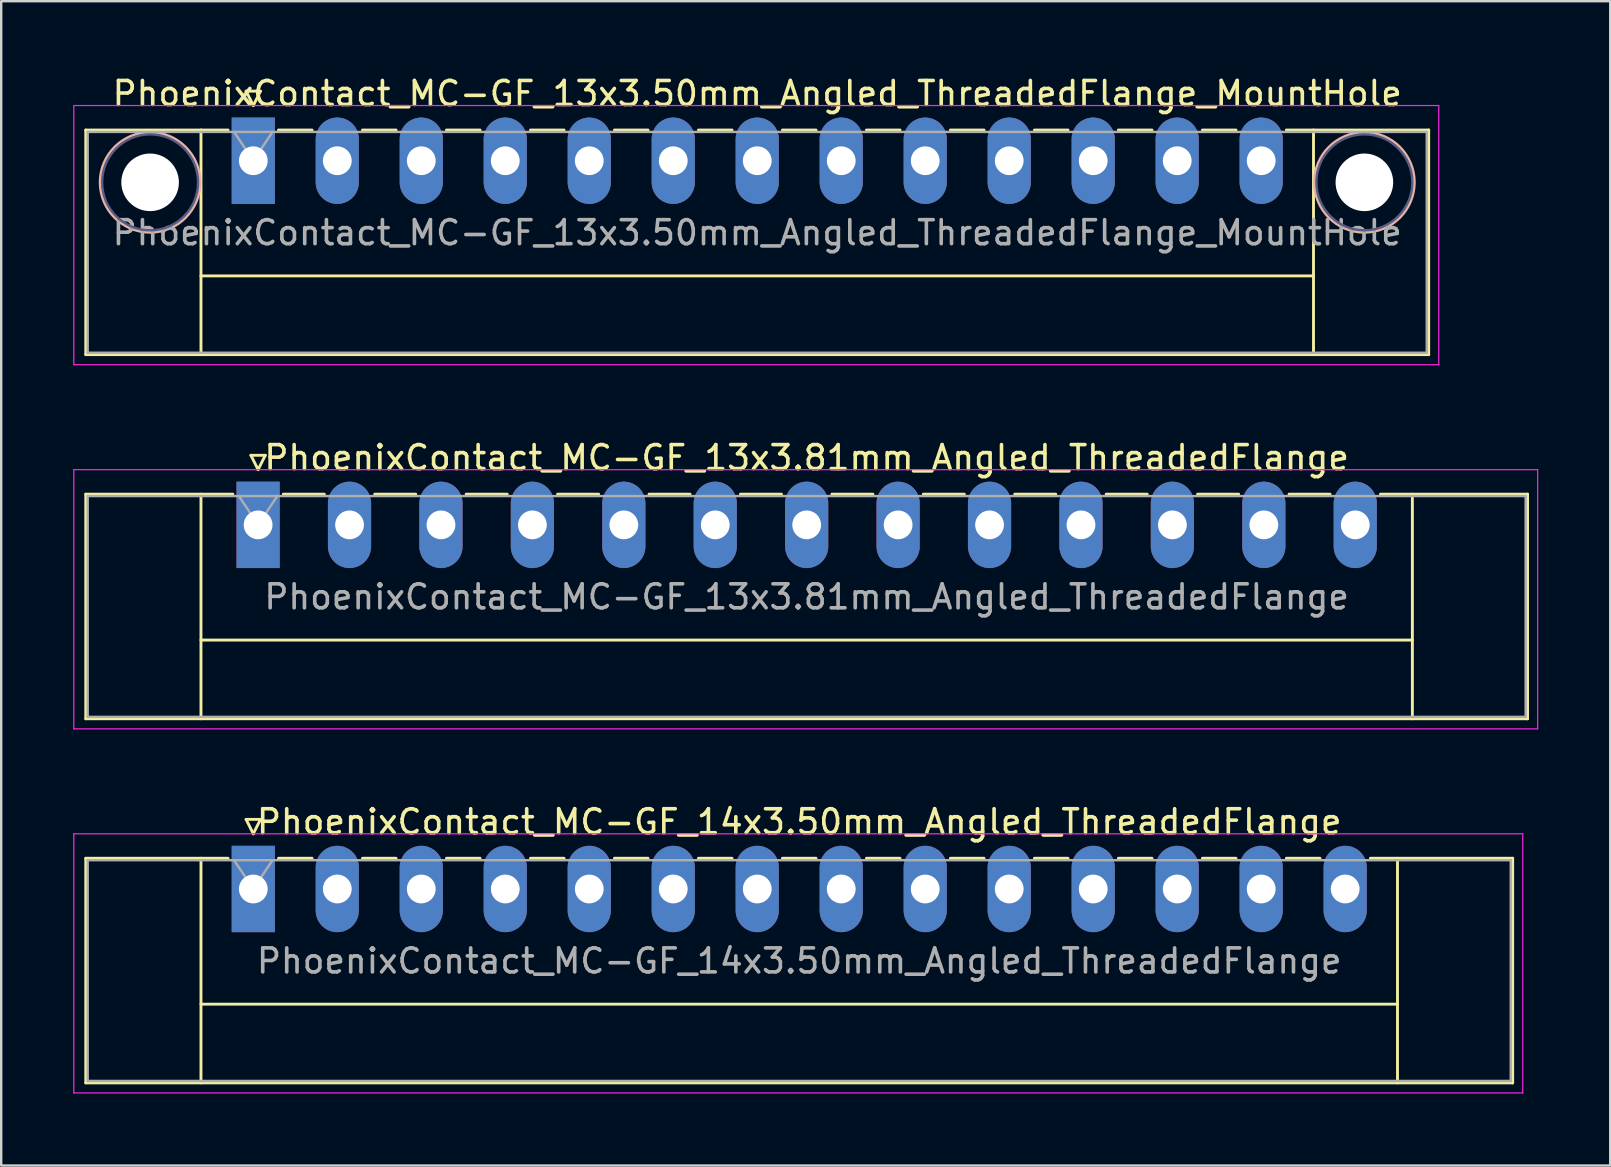
<source format=kicad_pcb>
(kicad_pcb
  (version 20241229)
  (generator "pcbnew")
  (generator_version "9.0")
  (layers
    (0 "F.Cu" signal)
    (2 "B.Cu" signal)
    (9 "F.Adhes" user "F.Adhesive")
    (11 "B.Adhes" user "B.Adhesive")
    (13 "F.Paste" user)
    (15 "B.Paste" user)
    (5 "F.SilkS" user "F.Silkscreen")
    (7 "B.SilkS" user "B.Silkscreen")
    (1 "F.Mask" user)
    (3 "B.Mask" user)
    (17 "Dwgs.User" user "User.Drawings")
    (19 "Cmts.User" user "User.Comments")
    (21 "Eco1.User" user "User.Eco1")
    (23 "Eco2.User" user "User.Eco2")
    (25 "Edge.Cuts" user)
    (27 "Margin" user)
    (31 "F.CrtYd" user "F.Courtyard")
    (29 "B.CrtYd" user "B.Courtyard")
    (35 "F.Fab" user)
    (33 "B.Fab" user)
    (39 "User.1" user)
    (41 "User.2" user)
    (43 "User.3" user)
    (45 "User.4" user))
  (footprint "PhoenixContact_MC-GF_13x3.81mm_Angled_ThreadedFlange"
    (layer "F.Cu")
    (at 7.705 18.822)
    (property "Reference" "PhoenixContact_MC-GF_13x3.81mm_Angled_ThreadedFlange" (at 22.86 -2.8 0) (layer "F.SilkS") (effects (font (size 1 1) (thickness 0.15))))
    (attr through_hole)
    (fp_line (start -7.18 -1.28) (end -7.18 8.08) (stroke (width 0.12) (type solid)) (layer "F.SilkS"))
    (fp_line (start -7.18 -1.28) (end -1.05 -1.28) (stroke (width 0.12) (type solid)) (layer "F.SilkS"))
    (fp_line (start -7.18 8.08) (end 52.9 8.08) (stroke (width 0.12) (type solid)) (layer "F.SilkS"))
    (fp_line (start -2.38 -1.28) (end -2.38 8.08) (stroke (width 0.12) (type solid)) (layer "F.SilkS"))
    (fp_line (start -2.38 4.8) (end 48.1 4.8) (stroke (width 0.12) (type solid)) (layer "F.SilkS"))
    (fp_line (start -0.3 -2.9) (end 0.3 -2.9) (stroke (width 0.12) (type solid)) (layer "F.SilkS"))
    (fp_line (start 0 -2.3) (end -0.3 -2.9) (stroke (width 0.12) (type solid)) (layer "F.SilkS"))
    (fp_line (start 0.3 -2.9) (end 0 -2.3) (stroke (width 0.12) (type solid)) (layer "F.SilkS"))
    (fp_line (start 1.05 -1.28) (end 2.76 -1.28) (stroke (width 0.12) (type solid)) (layer "F.SilkS"))
    (fp_line (start 4.86 -1.28) (end 6.57 -1.28) (stroke (width 0.12) (type solid)) (layer "F.SilkS"))
    (fp_line (start 8.67 -1.28) (end 10.38 -1.28) (stroke (width 0.12) (type solid)) (layer "F.SilkS"))
    (fp_line (start 12.48 -1.28) (end 14.19 -1.28) (stroke (width 0.12) (type solid)) (layer "F.SilkS"))
    (fp_line (start 16.29 -1.28) (end 18 -1.28) (stroke (width 0.12) (type solid)) (layer "F.SilkS"))
    (fp_line (start 20.1 -1.28) (end 21.81 -1.28) (stroke (width 0.12) (type solid)) (layer "F.SilkS"))
    (fp_line (start 23.91 -1.28) (end 25.62 -1.28) (stroke (width 0.12) (type solid)) (layer "F.SilkS"))
    (fp_line (start 27.72 -1.28) (end 29.43 -1.28) (stroke (width 0.12) (type solid)) (layer "F.SilkS"))
    (fp_line (start 31.53 -1.28) (end 33.24 -1.28) (stroke (width 0.12) (type solid)) (layer "F.SilkS"))
    (fp_line (start 35.34 -1.28) (end 37.05 -1.28) (stroke (width 0.12) (type solid)) (layer "F.SilkS"))
    (fp_line (start 39.15 -1.28) (end 40.86 -1.28) (stroke (width 0.12) (type solid)) (layer "F.SilkS"))
    (fp_line (start 42.96 -1.28) (end 44.67 -1.28) (stroke (width 0.12) (type solid)) (layer "F.SilkS"))
    (fp_line (start 48.1 -1.28) (end 48.1 8.08) (stroke (width 0.12) (type solid)) (layer "F.SilkS"))
    (fp_line (start 52.9 -1.28) (end 46.77 -1.28) (stroke (width 0.12) (type solid)) (layer "F.SilkS"))
    (fp_line (start 52.9 8.08) (end 52.9 -1.28) (stroke (width 0.12) (type solid)) (layer "F.SilkS"))
    (fp_line (start -7.68 -2.3) (end -7.68 8.5) (stroke (width 0.05) (type solid)) (layer "F.CrtYd"))
    (fp_line (start -7.68 8.5) (end 53.32 8.5) (stroke (width 0.05) (type solid)) (layer "F.CrtYd"))
    (fp_line (start 53.32 -2.3) (end -7.68 -2.3) (stroke (width 0.05) (type solid)) (layer "F.CrtYd"))
    (fp_line (start 53.32 8.5) (end 53.32 -2.3) (stroke (width 0.05) (type solid)) (layer "F.CrtYd"))
    (fp_line (start -7.1 -1.2) (end -7.1 8) (stroke (width 0.1) (type solid)) (layer "F.Fab"))
    (fp_line (start -7.1 8) (end 52.82 8) (stroke (width 0.1) (type solid)) (layer "F.Fab"))
    (fp_line (start 0 0) (end -0.8 -1.2) (stroke (width 0.1) (type solid)) (layer "F.Fab"))
    (fp_line (start 0.8 -1.2) (end 0 0) (stroke (width 0.1) (type solid)) (layer "F.Fab"))
    (fp_line (start 52.82 -1.2) (end -7.1 -1.2) (stroke (width 0.1) (type solid)) (layer "F.Fab"))
    (fp_line (start 52.82 8) (end 52.82 -1.2) (stroke (width 0.1) (type solid)) (layer "F.Fab"))
    (fp_text user "${REFERENCE}" (at 22.86 3 0) (layer "F.Fab") (effects (font (size 1 1) (thickness 0.15))))
    (pad "1" thru_hole rect (at 0 0) (size 1.8 3.6) (drill 1.2) (layers "*.Cu" "*.Mask"))
    (pad "2" thru_hole oval (at 3.81 0) (size 1.8 3.6) (drill 1.2) (layers "*.Cu" "*.Mask"))
    (pad "3" thru_hole oval (at 7.62 0) (size 1.8 3.6) (drill 1.2) (layers "*.Cu" "*.Mask"))
    (pad "4" thru_hole oval (at 11.43 0) (size 1.8 3.6) (drill 1.2) (layers "*.Cu" "*.Mask"))
    (pad "5" thru_hole oval (at 15.24 0) (size 1.8 3.6) (drill 1.2) (layers "*.Cu" "*.Mask"))
    (pad "6" thru_hole oval (at 19.05 0) (size 1.8 3.6) (drill 1.2) (layers "*.Cu" "*.Mask"))
    (pad "7" thru_hole oval (at 22.86 0) (size 1.8 3.6) (drill 1.2) (layers "*.Cu" "*.Mask"))
    (pad "8" thru_hole oval (at 26.67 0) (size 1.8 3.6) (drill 1.2) (layers "*.Cu" "*.Mask"))
    (pad "9" thru_hole oval (at 30.48 0) (size 1.8 3.6) (drill 1.2) (layers "*.Cu" "*.Mask"))
    (pad "10" thru_hole oval (at 34.29 0) (size 1.8 3.6) (drill 1.2) (layers "*.Cu" "*.Mask"))
    (pad "11" thru_hole oval (at 38.1 0) (size 1.8 3.6) (drill 1.2) (layers "*.Cu" "*.Mask"))
    (pad "12" thru_hole oval (at 41.91 0) (size 1.8 3.6) (drill 1.2) (layers "*.Cu" "*.Mask"))
    (pad "13" thru_hole oval (at 45.72 0) (size 1.8 3.6) (drill 1.2) (layers "*.Cu" "*.Mask")))
  (footprint "PhoenixContact_MC-GF_14x3.50mm_Angled_ThreadedFlange"
    (layer "F.Cu")
    (at 7.505 33.995)
    (property "Reference" "PhoenixContact_MC-GF_14x3.50mm_Angled_ThreadedFlange" (at 22.75 -2.8 0) (layer "F.SilkS") (effects (font (size 1 1) (thickness 0.15))))
    (attr through_hole)
    (fp_line (start -6.98 -1.28) (end -6.98 8.08) (stroke (width 0.12) (type solid)) (layer "F.SilkS"))
    (fp_line (start -6.98 -1.28) (end -1.05 -1.28) (stroke (width 0.12) (type solid)) (layer "F.SilkS"))
    (fp_line (start -6.98 8.08) (end 52.48 8.08) (stroke (width 0.12) (type solid)) (layer "F.SilkS"))
    (fp_line (start -2.18 -1.28) (end -2.18 8.08) (stroke (width 0.12) (type solid)) (layer "F.SilkS"))
    (fp_line (start -2.18 4.8) (end 47.68 4.8) (stroke (width 0.12) (type solid)) (layer "F.SilkS"))
    (fp_line (start -0.3 -2.9) (end 0.3 -2.9) (stroke (width 0.12) (type solid)) (layer "F.SilkS"))
    (fp_line (start 0 -2.3) (end -0.3 -2.9) (stroke (width 0.12) (type solid)) (layer "F.SilkS"))
    (fp_line (start 0.3 -2.9) (end 0 -2.3) (stroke (width 0.12) (type solid)) (layer "F.SilkS"))
    (fp_line (start 1.05 -1.28) (end 2.45 -1.28) (stroke (width 0.12) (type solid)) (layer "F.SilkS"))
    (fp_line (start 4.55 -1.28) (end 5.95 -1.28) (stroke (width 0.12) (type solid)) (layer "F.SilkS"))
    (fp_line (start 8.05 -1.28) (end 9.45 -1.28) (stroke (width 0.12) (type solid)) (layer "F.SilkS"))
    (fp_line (start 11.55 -1.28) (end 12.95 -1.28) (stroke (width 0.12) (type solid)) (layer "F.SilkS"))
    (fp_line (start 15.05 -1.28) (end 16.45 -1.28) (stroke (width 0.12) (type solid)) (layer "F.SilkS"))
    (fp_line (start 18.55 -1.28) (end 19.95 -1.28) (stroke (width 0.12) (type solid)) (layer "F.SilkS"))
    (fp_line (start 22.05 -1.28) (end 23.45 -1.28) (stroke (width 0.12) (type solid)) (layer "F.SilkS"))
    (fp_line (start 25.55 -1.28) (end 26.95 -1.28) (stroke (width 0.12) (type solid)) (layer "F.SilkS"))
    (fp_line (start 29.05 -1.28) (end 30.45 -1.28) (stroke (width 0.12) (type solid)) (layer "F.SilkS"))
    (fp_line (start 32.55 -1.28) (end 33.95 -1.28) (stroke (width 0.12) (type solid)) (layer "F.SilkS"))
    (fp_line (start 36.05 -1.28) (end 37.45 -1.28) (stroke (width 0.12) (type solid)) (layer "F.SilkS"))
    (fp_line (start 39.55 -1.28) (end 40.95 -1.28) (stroke (width 0.12) (type solid)) (layer "F.SilkS"))
    (fp_line (start 43.05 -1.28) (end 44.45 -1.28) (stroke (width 0.12) (type solid)) (layer "F.SilkS"))
    (fp_line (start 47.68 -1.28) (end 47.68 8.08) (stroke (width 0.12) (type solid)) (layer "F.SilkS"))
    (fp_line (start 52.48 -1.28) (end 46.55 -1.28) (stroke (width 0.12) (type solid)) (layer "F.SilkS"))
    (fp_line (start 52.48 8.08) (end 52.48 -1.28) (stroke (width 0.12) (type solid)) (layer "F.SilkS"))
    (fp_line (start -7.48 -2.3) (end -7.48 8.5) (stroke (width 0.05) (type solid)) (layer "F.CrtYd"))
    (fp_line (start -7.48 8.5) (end 52.9 8.5) (stroke (width 0.05) (type solid)) (layer "F.CrtYd"))
    (fp_line (start 52.9 -2.3) (end -7.48 -2.3) (stroke (width 0.05) (type solid)) (layer "F.CrtYd"))
    (fp_line (start 52.9 8.5) (end 52.9 -2.3) (stroke (width 0.05) (type solid)) (layer "F.CrtYd"))
    (fp_line (start -6.9 -1.2) (end -6.9 8) (stroke (width 0.1) (type solid)) (layer "F.Fab"))
    (fp_line (start -6.9 8) (end 52.4 8) (stroke (width 0.1) (type solid)) (layer "F.Fab"))
    (fp_line (start 0 0) (end -0.8 -1.2) (stroke (width 0.1) (type solid)) (layer "F.Fab"))
    (fp_line (start 0.8 -1.2) (end 0 0) (stroke (width 0.1) (type solid)) (layer "F.Fab"))
    (fp_line (start 52.4 -1.2) (end -6.9 -1.2) (stroke (width 0.1) (type solid)) (layer "F.Fab"))
    (fp_line (start 52.4 8) (end 52.4 -1.2) (stroke (width 0.1) (type solid)) (layer "F.Fab"))
    (fp_text user "${REFERENCE}" (at 22.75 3 0) (layer "F.Fab") (effects (font (size 1 1) (thickness 0.15))))
    (pad "1" thru_hole rect (at 0 0) (size 1.8 3.6) (drill 1.2) (layers "*.Cu" "*.Mask"))
    (pad "2" thru_hole oval (at 3.5 0) (size 1.8 3.6) (drill 1.2) (layers "*.Cu" "*.Mask"))
    (pad "3" thru_hole oval (at 7 0) (size 1.8 3.6) (drill 1.2) (layers "*.Cu" "*.Mask"))
    (pad "4" thru_hole oval (at 10.5 0) (size 1.8 3.6) (drill 1.2) (layers "*.Cu" "*.Mask"))
    (pad "5" thru_hole oval (at 14 0) (size 1.8 3.6) (drill 1.2) (layers "*.Cu" "*.Mask"))
    (pad "6" thru_hole oval (at 17.5 0) (size 1.8 3.6) (drill 1.2) (layers "*.Cu" "*.Mask"))
    (pad "7" thru_hole oval (at 21 0) (size 1.8 3.6) (drill 1.2) (layers "*.Cu" "*.Mask"))
    (pad "8" thru_hole oval (at 24.5 0) (size 1.8 3.6) (drill 1.2) (layers "*.Cu" "*.Mask"))
    (pad "9" thru_hole oval (at 28 0) (size 1.8 3.6) (drill 1.2) (layers "*.Cu" "*.Mask"))
    (pad "10" thru_hole oval (at 31.5 0) (size 1.8 3.6) (drill 1.2) (layers "*.Cu" "*.Mask"))
    (pad "11" thru_hole oval (at 35 0) (size 1.8 3.6) (drill 1.2) (layers "*.Cu" "*.Mask"))
    (pad "12" thru_hole oval (at 38.5 0) (size 1.8 3.6) (drill 1.2) (layers "*.Cu" "*.Mask"))
    (pad "13" thru_hole oval (at 42 0) (size 1.8 3.6) (drill 1.2) (layers "*.Cu" "*.Mask"))
    (pad "14" thru_hole oval (at 45.5 0) (size 1.8 3.6) (drill 1.2) (layers "*.Cu" "*.Mask")))
  (footprint "PhoenixContact_MC-GF_13x3.50mm_Angled_ThreadedFlange_MountHole"
    (layer "F.Cu")
    (at 7.505 3.648)
    (property "Reference" "PhoenixContact_MC-GF_13x3.50mm_Angled_ThreadedFlange_MountHole" (at 21 -2.8 0) (layer "F.SilkS") (effects (font (size 1 1) (thickness 0.15))))
    (attr through_hole)
    (fp_line (start -6.98 -1.28) (end -6.98 8.08) (stroke (width 0.12) (type solid)) (layer "F.SilkS"))
    (fp_line (start -6.98 -1.28) (end -1.05 -1.28) (stroke (width 0.12) (type solid)) (layer "F.SilkS"))
    (fp_line (start -6.98 8.08) (end 48.98 8.08) (stroke (width 0.12) (type solid)) (layer "F.SilkS"))
    (fp_line (start -2.18 -1.28) (end -2.18 8.08) (stroke (width 0.12) (type solid)) (layer "F.SilkS"))
    (fp_line (start -2.18 4.8) (end 44.18 4.8) (stroke (width 0.12) (type solid)) (layer "F.SilkS"))
    (fp_line (start -0.3 -2.9) (end 0.3 -2.9) (stroke (width 0.12) (type solid)) (layer "F.SilkS"))
    (fp_line (start 0 -2.3) (end -0.3 -2.9) (stroke (width 0.12) (type solid)) (layer "F.SilkS"))
    (fp_line (start 0.3 -2.9) (end 0 -2.3) (stroke (width 0.12) (type solid)) (layer "F.SilkS"))
    (fp_line (start 1.05 -1.28) (end 2.45 -1.28) (stroke (width 0.12) (type solid)) (layer "F.SilkS"))
    (fp_line (start 4.55 -1.28) (end 5.95 -1.28) (stroke (width 0.12) (type solid)) (layer "F.SilkS"))
    (fp_line (start 8.05 -1.28) (end 9.45 -1.28) (stroke (width 0.12) (type solid)) (layer "F.SilkS"))
    (fp_line (start 11.55 -1.28) (end 12.95 -1.28) (stroke (width 0.12) (type solid)) (layer "F.SilkS"))
    (fp_line (start 15.05 -1.28) (end 16.45 -1.28) (stroke (width 0.12) (type solid)) (layer "F.SilkS"))
    (fp_line (start 18.55 -1.28) (end 19.95 -1.28) (stroke (width 0.12) (type solid)) (layer "F.SilkS"))
    (fp_line (start 22.05 -1.28) (end 23.45 -1.28) (stroke (width 0.12) (type solid)) (layer "F.SilkS"))
    (fp_line (start 25.55 -1.28) (end 26.95 -1.28) (stroke (width 0.12) (type solid)) (layer "F.SilkS"))
    (fp_line (start 29.05 -1.28) (end 30.45 -1.28) (stroke (width 0.12) (type solid)) (layer "F.SilkS"))
    (fp_line (start 32.55 -1.28) (end 33.95 -1.28) (stroke (width 0.12) (type solid)) (layer "F.SilkS"))
    (fp_line (start 36.05 -1.28) (end 37.45 -1.28) (stroke (width 0.12) (type solid)) (layer "F.SilkS"))
    (fp_line (start 39.55 -1.28) (end 40.95 -1.28) (stroke (width 0.12) (type solid)) (layer "F.SilkS"))
    (fp_line (start 44.18 -1.28) (end 44.18 8.08) (stroke (width 0.12) (type solid)) (layer "F.SilkS"))
    (fp_line (start 48.98 -1.28) (end 43.05 -1.28) (stroke (width 0.12) (type solid)) (layer "F.SilkS"))
    (fp_line (start 48.98 8.08) (end 48.98 -1.28) (stroke (width 0.12) (type solid)) (layer "F.SilkS"))
    (fp_circle (center -4.3 0.9) (end -2.22 0.9) (stroke (width 0.12) (type solid)) (fill no) (layer "B.SilkS"))
    (fp_circle (center 46.3 0.9) (end 48.38 0.9) (stroke (width 0.12) (type solid)) (fill no) (layer "B.SilkS"))
    (fp_line (start -7.48 -2.3) (end -7.48 8.5) (stroke (width 0.05) (type solid)) (layer "F.CrtYd"))
    (fp_line (start -7.48 8.5) (end 49.4 8.5) (stroke (width 0.05) (type solid)) (layer "F.CrtYd"))
    (fp_line (start 49.4 -2.3) (end -7.48 -2.3) (stroke (width 0.05) (type solid)) (layer "F.CrtYd"))
    (fp_line (start 49.4 8.5) (end 49.4 -2.3) (stroke (width 0.05) (type solid)) (layer "F.CrtYd"))
    (fp_circle (center -4.3 0.9) (end -2.3 0.9) (stroke (width 0.1) (type solid)) (fill no) (layer "B.Fab"))
    (fp_circle (center 46.3 0.9) (end 48.3 0.9) (stroke (width 0.1) (type solid)) (fill no) (layer "B.Fab"))
    (fp_line (start -6.9 -1.2) (end -6.9 8) (stroke (width 0.1) (type solid)) (layer "F.Fab"))
    (fp_line (start -6.9 8) (end 48.9 8) (stroke (width 0.1) (type solid)) (layer "F.Fab"))
    (fp_line (start 0 0) (end -0.8 -1.2) (stroke (width 0.1) (type solid)) (layer "F.Fab"))
    (fp_line (start 0.8 -1.2) (end 0 0) (stroke (width 0.1) (type solid)) (layer "F.Fab"))
    (fp_line (start 48.9 -1.2) (end -6.9 -1.2) (stroke (width 0.1) (type solid)) (layer "F.Fab"))
    (fp_line (start 48.9 8) (end 48.9 -1.2) (stroke (width 0.1) (type solid)) (layer "F.Fab"))
    (fp_text user "${REFERENCE}" (at 21 3 0) (layer "F.Fab") (effects (font (size 1 1) (thickness 0.15))))
    (pad "" np_thru_hole circle (at -4.3 0.9) (size 2.4 2.4) (drill 2.4) (layers "*.Cu" "*.Mask"))
    (pad "" np_thru_hole circle (at 46.3 0.9) (size 2.4 2.4) (drill 2.4) (layers "*.Cu" "*.Mask"))
    (pad "1" thru_hole rect (at 0 0) (size 1.8 3.6) (drill 1.2) (layers "*.Cu" "*.Mask"))
    (pad "2" thru_hole oval (at 3.5 0) (size 1.8 3.6) (drill 1.2) (layers "*.Cu" "*.Mask"))
    (pad "3" thru_hole oval (at 7 0) (size 1.8 3.6) (drill 1.2) (layers "*.Cu" "*.Mask"))
    (pad "4" thru_hole oval (at 10.5 0) (size 1.8 3.6) (drill 1.2) (layers "*.Cu" "*.Mask"))
    (pad "5" thru_hole oval (at 14 0) (size 1.8 3.6) (drill 1.2) (layers "*.Cu" "*.Mask"))
    (pad "6" thru_hole oval (at 17.5 0) (size 1.8 3.6) (drill 1.2) (layers "*.Cu" "*.Mask"))
    (pad "7" thru_hole oval (at 21 0) (size 1.8 3.6) (drill 1.2) (layers "*.Cu" "*.Mask"))
    (pad "8" thru_hole oval (at 24.5 0) (size 1.8 3.6) (drill 1.2) (layers "*.Cu" "*.Mask"))
    (pad "9" thru_hole oval (at 28 0) (size 1.8 3.6) (drill 1.2) (layers "*.Cu" "*.Mask"))
    (pad "10" thru_hole oval (at 31.5 0) (size 1.8 3.6) (drill 1.2) (layers "*.Cu" "*.Mask"))
    (pad "11" thru_hole oval (at 35 0) (size 1.8 3.6) (drill 1.2) (layers "*.Cu" "*.Mask"))
    (pad "12" thru_hole oval (at 38.5 0) (size 1.8 3.6) (drill 1.2) (layers "*.Cu" "*.Mask"))
    (pad "13" thru_hole oval (at 42 0) (size 1.8 3.6) (drill 1.2) (layers "*.Cu" "*.Mask")))
  (gr_rect
    (start -3 -3)
    (end 64.05 45.52)
    (stroke (width 0.1) (type default))
    (fill no)
    (layer "Edge.Cuts")))
</source>
